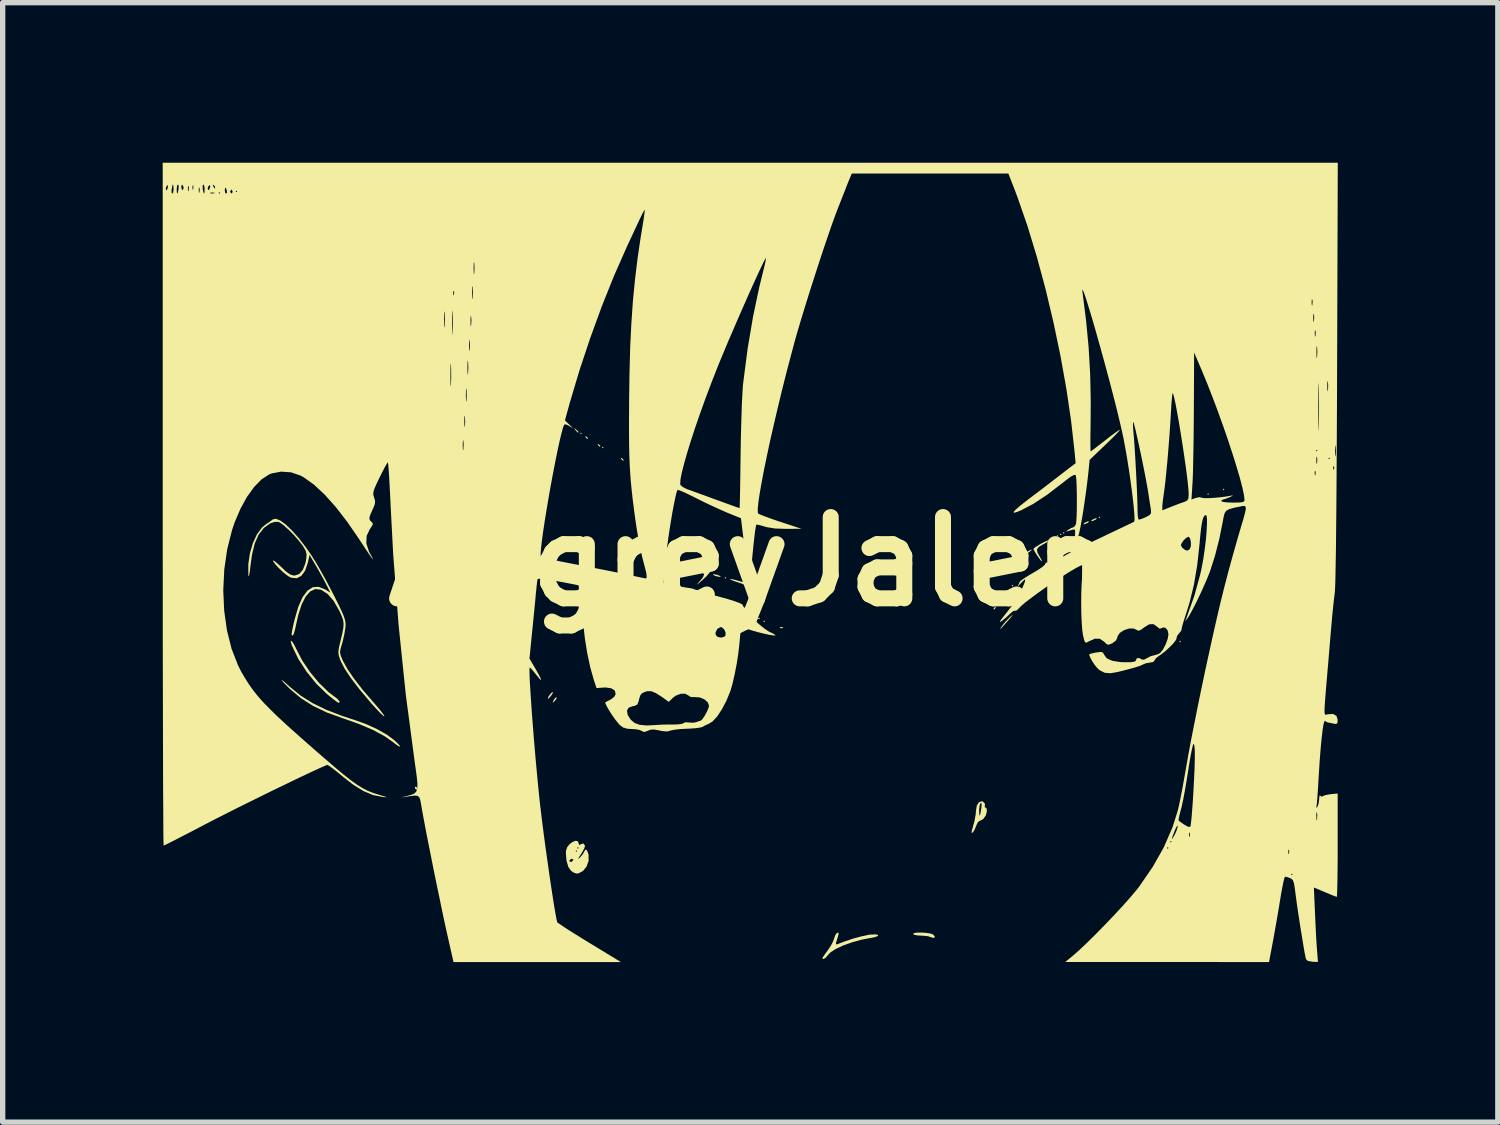
<source format=kicad_pcb>
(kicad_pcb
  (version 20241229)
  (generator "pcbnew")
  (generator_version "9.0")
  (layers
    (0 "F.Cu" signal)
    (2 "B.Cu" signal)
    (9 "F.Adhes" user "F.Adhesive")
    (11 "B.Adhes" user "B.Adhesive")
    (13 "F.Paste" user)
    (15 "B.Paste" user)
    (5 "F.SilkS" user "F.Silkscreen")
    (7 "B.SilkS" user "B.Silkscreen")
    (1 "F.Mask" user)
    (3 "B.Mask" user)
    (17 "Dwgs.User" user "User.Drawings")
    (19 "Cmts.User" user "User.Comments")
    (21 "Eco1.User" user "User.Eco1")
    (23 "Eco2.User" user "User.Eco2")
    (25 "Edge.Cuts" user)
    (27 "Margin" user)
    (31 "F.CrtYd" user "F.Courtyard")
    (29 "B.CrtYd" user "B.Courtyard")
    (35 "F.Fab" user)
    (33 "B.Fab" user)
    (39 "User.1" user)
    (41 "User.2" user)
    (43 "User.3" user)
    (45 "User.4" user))
  (footprint "AngreyJalen"
    (layer "F.Cu")
    (at 10.998 7.477)
    (property "Reference" "AngreyJalen" (at 0 0 0) (layer "F.SilkS") (effects (font (size 1.524 1.524) (thickness 0.3))))
    (attr board_only exclude_from_pos_files exclude_from_bom)
    (fp_poly (pts (xy -3.142 -2.4) (xy -3.157 -2.386) (xy -3.171 -2.4) (xy -3.157 -2.415)) (stroke (width 0) (type solid)) (fill yes) (layer "F.SilkS"))
    (fp_poly (pts (xy -2.735 -2.138) (xy -2.749 -2.124) (xy -2.764 -2.138) (xy -2.749 -2.153)) (stroke (width 0) (type solid)) (fill yes) (layer "F.SilkS"))
    (fp_poly (pts (xy -0.436 0.305) (xy -0.451 0.32) (xy -0.466 0.305) (xy -0.451 0.291)) (stroke (width 0) (type solid)) (fill yes) (layer "F.SilkS"))
    (fp_poly (pts (xy 0.058 0.975) (xy 0.044 0.989) (xy 0.029 0.975) (xy 0.044 0.96)) (stroke (width 0) (type solid)) (fill yes) (layer "F.SilkS"))
    (fp_poly (pts (xy 0.291 1.12) (xy 0.276 1.135) (xy 0.262 1.12) (xy 0.276 1.106)) (stroke (width 0) (type solid)) (fill yes) (layer "F.SilkS"))
    (fp_poly (pts (xy 4.684 0.596) (xy 4.67 0.611) (xy 4.655 0.596) (xy 4.67 0.582)) (stroke (width 0) (type solid)) (fill yes) (layer "F.SilkS"))
    (fp_poly (pts (xy 4.742 0.567) (xy 4.728 0.582) (xy 4.713 0.567) (xy 4.728 0.553)) (stroke (width 0) (type solid)) (fill yes) (layer "F.SilkS"))
    (fp_poly (pts (xy 4.946 0.451) (xy 4.932 0.466) (xy 4.917 0.451) (xy 4.932 0.436)) (stroke (width 0) (type solid)) (fill yes) (layer "F.SilkS"))
    (fp_poly (pts (xy 4.946 0.567) (xy 4.932 0.582) (xy 4.917 0.567) (xy 4.932 0.553)) (stroke (width 0) (type solid)) (fill yes) (layer "F.SilkS"))
    (fp_poly (pts (xy 5.674 -0.422) (xy 5.659 -0.407) (xy 5.644 -0.422) (xy 5.659 -0.436)) (stroke (width 0) (type solid)) (fill yes) (layer "F.SilkS"))
    (fp_poly (pts (xy 5.732 -0.451) (xy 5.717 -0.436) (xy 5.703 -0.451) (xy 5.717 -0.466)) (stroke (width 0) (type solid)) (fill yes) (layer "F.SilkS"))
    (fp_poly (pts (xy 5.79 -0.48) (xy 5.775 -0.466) (xy 5.761 -0.48) (xy 5.775 -0.495)) (stroke (width 0) (type solid)) (fill yes) (layer "F.SilkS"))
    (fp_poly (pts (xy 5.848 -0.509) (xy 5.834 -0.495) (xy 5.819 -0.509) (xy 5.834 -0.524)) (stroke (width 0) (type solid)) (fill yes) (layer "F.SilkS"))
    (fp_poly (pts (xy 5.906 -0.538) (xy 5.892 -0.524) (xy 5.877 -0.538) (xy 5.892 -0.553)) (stroke (width 0) (type solid)) (fill yes) (layer "F.SilkS"))
    (fp_poly (pts (xy 6.575 -0.829) (xy 6.561 -0.815) (xy 6.546 -0.829) (xy 6.561 -0.844)) (stroke (width 0) (type solid)) (fill yes) (layer "F.SilkS"))
    (fp_poly (pts (xy 8.088 1.498) (xy 8.074 1.513) (xy 8.059 1.498) (xy 8.074 1.484)) (stroke (width 0) (type solid)) (fill yes) (layer "F.SilkS"))
    (fp_poly (pts (xy 8.612 -1.266) (xy 8.598 -1.251) (xy 8.583 -1.266) (xy 8.598 -1.28)) (stroke (width 0) (type solid)) (fill yes) (layer "F.SilkS"))
    (fp_poly (pts (xy 8.903 -1.353) (xy 8.889 -1.338) (xy 8.874 -1.353) (xy 8.889 -1.367)) (stroke (width 0) (type solid)) (fill yes) (layer "F.SilkS"))
    (fp_poly (pts (xy 0.048 0.563) (xy 0.052 0.597) (xy 0.048 0.601) (xy 0.031 0.597) (xy 0.029 0.582) (xy 0.04 0.558)) (stroke (width 0) (type solid)) (fill yes) (layer "F.SilkS"))
    (fp_poly (pts (xy 0.194 1.057) (xy 0.19 1.074) (xy 0.175 1.077) (xy 0.151 1.066) (xy 0.155 1.057) (xy 0.19 1.054)) (stroke (width 0) (type solid)) (fill yes) (layer "F.SilkS"))
    (fp_poly (pts (xy 0.632 1.234) (xy 0.624 1.247) (xy 0.594 1.249) (xy 0.563 1.242) (xy 0.576 1.231) (xy 0.622 1.228)) (stroke (width 0) (type solid)) (fill yes) (layer "F.SilkS"))
    (fp_poly (pts (xy -3.619 2.575) (xy -3.649 2.612) (xy -3.685 2.644) (xy -3.686 2.633) (xy -3.667 2.594) (xy -3.636 2.55) (xy -3.614 2.544)) (stroke (width 0) (type solid)) (fill yes) (layer "F.SilkS"))
    (fp_poly (pts (xy -3.059 -2.345) (xy -3.028 -2.318) (xy -3.026 -2.311) (xy -3.04 -2.299) (xy -3.068 -2.326) (xy -3.072 -2.332) (xy -3.076 -2.352)) (stroke (width 0) (type solid)) (fill yes) (layer "F.SilkS"))
    (fp_poly (pts (xy -2.827 -2.199) (xy -2.796 -2.172) (xy -2.793 -2.166) (xy -2.807 -2.154) (xy -2.836 -2.181) (xy -2.84 -2.187) (xy -2.843 -2.207)) (stroke (width 0) (type solid)) (fill yes) (layer "F.SilkS"))
    (fp_poly (pts (xy -2.39 -1.938) (xy -2.359 -1.908) (xy -2.365 -1.891) (xy -2.37 -1.891) (xy -2.394 -1.912) (xy -2.403 -1.925) (xy -2.407 -1.945)) (stroke (width 0) (type solid)) (fill yes) (layer "F.SilkS"))
    (fp_poly (pts (xy -6.228 4.24) (xy -6.226 4.248) (xy -6.236 4.276) (xy -6.239 4.277) (xy -6.264 4.257) (xy -6.27 4.248) (xy -6.268 4.221) (xy -6.257 4.219)) (stroke (width 0) (type solid)) (fill yes) (layer "F.SilkS"))
    (fp_poly (pts (xy -3.272 -2.493) (xy -3.251 -2.477) (xy -3.211 -2.441) (xy -3.2 -2.426) (xy -3.215 -2.417) (xy -3.253 -2.455) (xy -3.262 -2.466) (xy -3.288 -2.5)) (stroke (width 0) (type solid)) (fill yes) (layer "F.SilkS"))
    (fp_poly (pts (xy -0.607 0.248) (xy -0.567 0.262) (xy -0.536 0.281) (xy -0.553 0.287) (xy -0.615 0.276) (xy -0.655 0.262) (xy -0.686 0.243) (xy -0.669 0.237)) (stroke (width 0) (type solid)) (fill yes) (layer "F.SilkS"))
    (fp_poly (pts (xy 4.617 0.863) (xy 4.612 0.873) (xy 4.584 0.901) (xy 4.579 0.902) (xy 4.577 0.883) (xy 4.582 0.873) (xy 4.61 0.845) (xy 4.615 0.844)) (stroke (width 0) (type solid)) (fill yes) (layer "F.SilkS"))
    (fp_poly (pts (xy 6.362 -0.744) (xy 6.343 -0.727) (xy 6.29 -0.703) (xy 6.27 -0.699) (xy 6.265 -0.711) (xy 6.285 -0.727) (xy 6.338 -0.752) (xy 6.357 -0.756)) (stroke (width 0) (type solid)) (fill yes) (layer "F.SilkS"))
    (fp_poly (pts (xy 6.508 -0.802) (xy 6.488 -0.786) (xy 6.435 -0.761) (xy 6.415 -0.757) (xy 6.41 -0.769) (xy 6.43 -0.786) (xy 6.483 -0.81) (xy 6.503 -0.814)) (stroke (width 0) (type solid)) (fill yes) (layer "F.SilkS"))
    (fp_poly (pts (xy -3.691 2.475) (xy -3.726 2.526) (xy -3.727 2.527) (xy -3.765 2.567) (xy -3.781 2.572) (xy -3.781 2.571) (xy -3.766 2.531) (xy -3.733 2.484) (xy -3.699 2.45) (xy -3.683 2.446)) (stroke (width 0) (type solid)) (fill yes) (layer "F.SilkS"))
    (fp_poly (pts (xy 4.875 0.629) (xy 4.835 0.677) (xy 4.801 0.713) (xy 4.741 0.772) (xy 4.698 0.809) (xy 4.687 0.815) (xy 4.697 0.796) (xy 4.738 0.749) (xy 4.772 0.713) (xy 4.832 0.654) (xy 4.874 0.617) (xy 4.885 0.611)) (stroke (width 0) (type solid)) (fill yes) (layer "F.SilkS"))
    (fp_poly (pts (xy 4.936 1.001) (xy 4.901 1.045) (xy 4.861 1.091) (xy 4.773 1.191) (xy 4.719 1.249) (xy 4.698 1.268) (xy 4.707 1.249) (xy 4.735 1.207) (xy 4.797 1.13) (xy 4.875 1.049) (xy 4.892 1.033) (xy 4.933 0.998)) (stroke (width 0) (type solid)) (fill yes) (layer "F.SilkS"))
    (fp_poly (pts (xy 3.303 6.959) (xy 3.383 6.97) (xy 3.439 6.988) (xy 3.447 6.993) (xy 3.476 7.031) (xy 3.462 7.054) (xy 3.416 7.047) (xy 3.403 7.04) (xy 3.349 7.023) (xy 3.264 7.014) (xy 3.224 7.012) (xy 3.139 7.006) (xy 3.082 6.992) (xy 3.07 6.983) (xy 3.082 6.965) (xy 3.136 6.956) (xy 3.215 6.954)) (stroke (width 0) (type solid)) (fill yes) (layer "F.SilkS"))
    (fp_poly (pts (xy -0.73 0.176) (xy -0.753 0.215) (xy -0.808 0.278) (xy -0.883 0.348) (xy -0.954 0.409) (xy -0.985 0.433) (xy -0.977 0.419) (xy -0.938 0.376) (xy -0.871 0.295) (xy -0.849 0.242) (xy -0.872 0.209) (xy -0.933 0.189) (xy -0.99 0.171) (xy -1.009 0.156) (xy -1.009 0.155) (xy -0.974 0.153) (xy -0.907 0.165) (xy -0.893 0.169) (xy -0.805 0.183) (xy -0.759 0.166) (xy -0.734 0.152)) (stroke (width 0) (type solid)) (fill yes) (layer "F.SilkS"))
    (fp_poly (pts (xy 5.295 -0.223) (xy 5.273 -0.201) (xy 5.213 -0.155) (xy 5.127 -0.095) (xy 5.094 -0.072) (xy 4.994 -0.002) (xy 4.907 0.063) (xy 4.85 0.111) (xy 4.842 0.119) (xy 4.793 0.161) (xy 4.755 0.176) (xy 4.742 0.163) (xy 4.764 0.142) (xy 4.822 0.096) (xy 4.904 0.033) (xy 4.997 -0.036) (xy 5.092 -0.104) (xy 5.175 -0.162) (xy 5.215 -0.188) (xy 5.269 -0.219) (xy 5.295 -0.225)) (stroke (width 0) (type solid)) (fill yes) (layer "F.SilkS"))
    (fp_poly (pts (xy 5.608 -0.395) (xy 5.593 -0.376) (xy 5.539 -0.341) (xy 5.502 -0.321) (xy 5.421 -0.273) (xy 5.389 -0.226) (xy 5.402 -0.164) (xy 5.44 -0.095) (xy 5.479 -0.026) (xy 5.484 -0.003) (xy 5.462 -0.022) (xy 5.415 -0.084) (xy 5.398 -0.109) (xy 5.354 -0.178) (xy 5.327 -0.227) (xy 5.324 -0.237) (xy 5.347 -0.261) (xy 5.404 -0.299) (xy 5.476 -0.341) (xy 5.546 -0.377) (xy 5.596 -0.396)) (stroke (width 0) (type solid)) (fill yes) (layer "F.SilkS"))
    (fp_poly (pts (xy -8.571 1.501) (xy -8.536 1.554) (xy -8.497 1.634) (xy -8.495 1.637) (xy -8.382 1.856) (xy -8.234 2.075) (xy -8.065 2.278) (xy -7.888 2.448) (xy -7.796 2.518) (xy -7.72 2.577) (xy -7.683 2.622) (xy -7.688 2.645) (xy -7.703 2.647) (xy -7.734 2.629) (xy -7.797 2.582) (xy -7.882 2.514) (xy -7.923 2.48) (xy -8.118 2.29) (xy -8.3 2.065) (xy -8.456 1.824) (xy -8.572 1.584) (xy -8.581 1.563) (xy -8.599 1.5) (xy -8.594 1.482)) (stroke (width 0) (type solid)) (fill yes) (layer "F.SilkS"))
    (fp_poly (pts (xy -8.728 2.247) (xy -8.65 2.315) (xy -8.604 2.357) (xy -8.411 2.513) (xy -8.191 2.652) (xy -7.935 2.777) (xy -7.635 2.893) (xy -7.405 2.968) (xy -7.189 3.045) (xy -6.981 3.14) (xy -6.797 3.244) (xy -6.663 3.343) (xy -6.596 3.405) (xy -6.554 3.452) (xy -6.546 3.471) (xy -6.575 3.462) (xy -6.631 3.424) (xy -6.677 3.387) (xy -6.839 3.273) (xy -7.051 3.158) (xy -7.309 3.048) (xy -7.604 2.943) (xy -7.611 2.941) (xy -7.919 2.83) (xy -8.18 2.705) (xy -8.407 2.561) (xy -8.61 2.391) (xy -8.635 2.366) (xy -8.722 2.279) (xy -8.765 2.23) (xy -8.767 2.219)) (stroke (width 0) (type solid)) (fill yes) (layer "F.SilkS"))
    (fp_poly (pts (xy 1.672 6.958) (xy 1.67 6.989) (xy 1.652 7.054) (xy 1.644 7.079) (xy 1.622 7.149) (xy 1.622 7.176) (xy 1.646 7.173) (xy 1.654 7.17) (xy 1.799 7.115) (xy 1.959 7.063) (xy 2.113 7.022) (xy 2.238 6.996) (xy 2.258 6.993) (xy 2.359 6.988) (xy 2.41 6.998) (xy 2.408 7.018) (xy 2.351 7.04) (xy 2.277 7.054) (xy 2.096 7.089) (xy 1.917 7.139) (xy 1.753 7.198) (xy 1.615 7.263) (xy 1.515 7.329) (xy 1.474 7.373) (xy 1.43 7.425) (xy 1.39 7.45) (xy 1.368 7.441) (xy 1.367 7.434) (xy 1.384 7.405) (xy 1.426 7.345) (xy 1.467 7.29) (xy 1.527 7.2) (xy 1.572 7.112) (xy 1.585 7.072) (xy 1.611 7) (xy 1.643 6.958)) (stroke (width 0) (type solid)) (fill yes) (layer "F.SilkS"))
    (fp_poly (pts (xy 4.375 4.498) (xy 4.414 4.537) (xy 4.413 4.572) (xy 4.412 4.609) (xy 4.425 4.61) (xy 4.444 4.623) (xy 4.452 4.676) (xy 4.452 4.678) (xy 4.432 4.757) (xy 4.385 4.824) (xy 4.325 4.858) (xy 4.313 4.859) (xy 4.284 4.884) (xy 4.253 4.945) (xy 4.248 4.96) (xy 4.22 5.028) (xy 4.191 5.073) (xy 4.17 5.089) (xy 4.164 5.067) (xy 4.173 5.031) (xy 4.219 4.863) (xy 4.242 4.736) (xy 4.247 4.668) (xy 4.248 4.662) (xy 4.306 4.662) (xy 4.309 4.742) (xy 4.316 4.764) (xy 4.329 4.729) (xy 4.345 4.637) (xy 4.346 4.631) (xy 4.354 4.55) (xy 4.343 4.522) (xy 4.336 4.524) (xy 4.317 4.562) (xy 4.307 4.635) (xy 4.306 4.662) (xy 4.248 4.662) (xy 4.263 4.573) (xy 4.302 4.511) (xy 4.357 4.493)) (stroke (width 0) (type solid)) (fill yes) (layer "F.SilkS"))
    (fp_poly (pts (xy -3.216 5.243) (xy -3.2 5.284) (xy -3.191 5.315) (xy -3.161 5.299) (xy -3.114 5.283) (xy -3.086 5.317) (xy -3.084 5.34) (xy -3.099 5.383) (xy -3.138 5.453) (xy -3.16 5.488) (xy -3.201 5.551) (xy -3.209 5.571) (xy -3.185 5.554) (xy -3.176 5.546) (xy -3.123 5.485) (xy -3.097 5.437) (xy -3.073 5.397) (xy -3.046 5.411) (xy -3.021 5.475) (xy -3.015 5.5) (xy -3.015 5.612) (xy -3.053 5.717) (xy -3.119 5.799) (xy -3.203 5.844) (xy -3.239 5.848) (xy -3.292 5.831) (xy -3.343 5.797) (xy -3.395 5.723) (xy -3.426 5.616) (xy -3.375 5.616) (xy -3.354 5.631) (xy -3.332 5.626) (xy -3.302 5.598) (xy -3.304 5.583) (xy -3.336 5.57) (xy -3.368 5.593) (xy -3.375 5.616) (xy -3.426 5.616) (xy -3.429 5.607) (xy -3.44 5.467) (xy -3.438 5.426) (xy -3.259 5.426) (xy -3.244 5.441) (xy -3.23 5.426) (xy -3.244 5.412) (xy -3.259 5.426) (xy -3.438 5.426) (xy -3.438 5.419) (xy -3.421 5.368) (xy -3.23 5.368) (xy -3.215 5.383) (xy -3.2 5.368) (xy -3.215 5.353) (xy -3.23 5.368) (xy -3.421 5.368) (xy -3.417 5.354) (xy -3.371 5.297) (xy -3.314 5.255) (xy -3.258 5.234)) (stroke (width 0) (type solid)) (fill yes) (layer "F.SilkS"))
    (fp_poly (pts (xy -8.795 -0.77) (xy -8.693 -0.696) (xy -8.576 -0.584) (xy -8.448 -0.44) (xy -8.314 -0.267) (xy -8.204 -0.108) (xy -8.129 0.012) (xy -8.038 0.169) (xy -7.94 0.346) (xy -7.844 0.527) (xy -7.793 0.626) (xy -7.709 0.793) (xy -7.649 0.919) (xy -7.608 1.012) (xy -7.584 1.082) (xy -7.572 1.138) (xy -7.57 1.191) (xy -7.574 1.241) (xy -7.593 1.36) (xy -7.623 1.493) (xy -7.639 1.55) (xy -7.666 1.64) (xy -7.674 1.703) (xy -7.661 1.763) (xy -7.626 1.846) (xy -7.617 1.865) (xy -7.535 2.015) (xy -7.412 2.194) (xy -7.255 2.397) (xy -7.067 2.616) (xy -7.034 2.654) (xy -6.951 2.749) (xy -6.887 2.829) (xy -6.848 2.885) (xy -6.842 2.903) (xy -6.863 2.892) (xy -6.915 2.844) (xy -6.99 2.765) (xy -7.082 2.664) (xy -7.111 2.63) (xy -7.313 2.39) (xy -7.47 2.184) (xy -7.586 2.01) (xy -7.661 1.866) (xy -7.671 1.841) (xy -7.696 1.767) (xy -7.705 1.706) (xy -7.699 1.637) (xy -7.677 1.536) (xy -7.672 1.518) (xy -7.635 1.364) (xy -7.613 1.252) (xy -7.607 1.167) (xy -7.617 1.093) (xy -7.644 1.017) (xy -7.687 0.924) (xy -7.691 0.916) (xy -7.795 0.735) (xy -7.905 0.608) (xy -8.025 0.531) (xy -8.039 0.526) (xy -8.14 0.515) (xy -8.234 0.56) (xy -8.32 0.658) (xy -8.395 0.807) (xy -8.458 1.004) (xy -8.495 1.171) (xy -8.517 1.272) (xy -8.539 1.349) (xy -8.557 1.384) (xy -8.557 1.384) (xy -8.575 1.387) (xy -8.581 1.361) (xy -8.573 1.299) (xy -8.551 1.194) (xy -8.525 1.084) (xy -8.456 0.847) (xy -8.377 0.669) (xy -8.287 0.547) (xy -8.187 0.481) (xy -8.076 0.473) (xy -7.953 0.522) (xy -7.95 0.524) (xy -7.855 0.582) (xy -7.932 0.429) (xy -7.986 0.325) (xy -8.056 0.199) (xy -8.126 0.077) (xy -8.127 0.076) (xy -8.245 -0.125) (xy -8.279 0.026) (xy -8.329 0.171) (xy -8.399 0.267) (xy -8.485 0.312) (xy -8.586 0.303) (xy -8.621 0.288) (xy -8.683 0.246) (xy -8.758 0.183) (xy -8.833 0.111) (xy -8.894 0.043) (xy -8.929 -0.007) (xy -8.932 -0.019) (xy -8.914 -0.017) (xy -8.865 0.02) (xy -8.795 0.083) (xy -8.774 0.104) (xy -8.681 0.191) (xy -8.61 0.241) (xy -8.55 0.26) (xy -8.526 0.262) (xy -8.44 0.234) (xy -8.371 0.155) (xy -8.323 0.029) (xy -8.308 -0.046) (xy -8.301 -0.132) (xy -8.316 -0.2) (xy -8.361 -0.278) (xy -8.374 -0.298) (xy -8.451 -0.397) (xy -8.543 -0.502) (xy -8.641 -0.6) (xy -8.731 -0.681) (xy -8.804 -0.733) (xy -8.832 -0.745) (xy -8.904 -0.743) (xy -8.98 -0.718) (xy -9.102 -0.631) (xy -9.199 -0.507) (xy -9.272 -0.342) (xy -9.324 -0.13) (xy -9.35 0.054) (xy -9.365 0.184) (xy -9.378 0.259) (xy -9.387 0.278) (xy -9.393 0.249) (xy -9.393 0.046) (xy -9.363 -0.156) (xy -9.308 -0.345) (xy -9.232 -0.51) (xy -9.139 -0.636) (xy -9.075 -0.691) (xy -9.001 -0.741) (xy -8.944 -0.783) (xy -8.936 -0.79) (xy -8.878 -0.803)) (stroke (width 0) (type solid)) (fill yes) (layer "F.SilkS"))
    (fp_poly (pts (xy 11.016 -3.557) (xy 11.014 -2.953) (xy 11.011 -2.391) (xy 11.008 -1.873) (xy 11.005 -1.4) (xy 11.002 -0.973) (xy 10.998 -0.595) (xy 10.995 -0.266) (xy 10.99 0.012) (xy 10.986 0.237) (xy 10.982 0.409) (xy 10.977 0.525) (xy 10.973 0.582) (xy 10.958 0.701) (xy 10.941 0.857) (xy 10.924 1.027) (xy 10.912 1.164) (xy 10.898 1.326) (xy 10.881 1.525) (xy 10.863 1.739) (xy 10.846 1.947) (xy 10.839 2.022) (xy 10.818 2.268) (xy 10.802 2.463) (xy 10.79 2.611) (xy 10.783 2.719) (xy 10.78 2.794) (xy 10.782 2.84) (xy 10.789 2.864) (xy 10.8 2.872) (xy 10.815 2.87) (xy 10.835 2.864) (xy 10.839 2.863) (xy 10.938 2.856) (xy 11.003 2.891) (xy 11.027 2.965) (xy 11.027 2.97) (xy 11.022 3.029) (xy 10.994 3.045) (xy 10.947 3.037) (xy 10.878 3.022) (xy 10.838 3.015) (xy 10.794 2.991) (xy 10.79 2.986) (xy 10.776 2.996) (xy 10.76 3.059) (xy 10.743 3.169) (xy 10.725 3.322) (xy 10.707 3.512) (xy 10.69 3.733) (xy 10.674 3.98) (xy 10.663 4.161) (xy 10.655 4.301) (xy 10.646 4.427) (xy 10.638 4.522) (xy 10.632 4.568) (xy 10.626 4.614) (xy 10.639 4.608) (xy 10.647 4.597) (xy 10.669 4.539) (xy 10.68 4.457) (xy 10.68 4.452) (xy 10.685 4.395) (xy 10.695 4.382) (xy 10.698 4.387) (xy 10.726 4.408) (xy 10.746 4.398) (xy 10.795 4.378) (xy 10.875 4.363) (xy 10.903 4.359) (xy 11.027 4.348) (xy 11.027 5.316) (xy 11.027 5.547) (xy 11.025 5.758) (xy 11.023 5.943) (xy 11.02 6.094) (xy 11.017 6.206) (xy 11.014 6.271) (xy 11.011 6.285) (xy 10.978 6.274) (xy 10.906 6.246) (xy 10.81 6.206) (xy 10.788 6.197) (xy 10.581 6.109) (xy 10.601 6.568) (xy 10.609 6.749) (xy 10.618 6.932) (xy 10.627 7.099) (xy 10.636 7.232) (xy 10.639 7.266) (xy 10.657 7.505) (xy 10.552 7.501) (xy 10.466 7.485) (xy 10.432 7.451) (xy 10.42 7.397) (xy 10.401 7.296) (xy 10.378 7.16) (xy 10.352 7) (xy 10.324 6.827) (xy 10.297 6.652) (xy 10.272 6.486) (xy 10.252 6.342) (xy 10.239 6.246) (xy 10.222 6.114) (xy 10.207 6.028) (xy 10.189 5.977) (xy 10.165 5.949) (xy 10.134 5.933) (xy 10.072 5.913) (xy 10.04 5.906) (xy 10.028 5.933) (xy 10.009 6.008) (xy 9.987 6.119) (xy 9.962 6.257) (xy 9.954 6.306) (xy 9.922 6.502) (xy 9.884 6.725) (xy 9.845 6.946) (xy 9.816 7.106) (xy 9.74 7.507) (xy 7.831 7.506) (xy 5.921 7.506) (xy 6.066 7.386) (xy 6.183 7.283) (xy 6.327 7.147) (xy 6.489 6.987) (xy 6.66 6.813) (xy 6.831 6.634) (xy 6.992 6.46) (xy 7.134 6.301) (xy 7.248 6.166) (xy 7.3 6.101) (xy 7.464 5.863) (xy 10.154 5.863) (xy 10.169 5.877) (xy 10.183 5.863) (xy 10.169 5.848) (xy 10.154 5.863) (xy 7.464 5.863) (xy 7.561 5.722) (xy 7.72 5.441) (xy 10.101 5.441) (xy 10.105 5.482) (xy 10.115 5.477) (xy 10.119 5.418) (xy 10.115 5.404) (xy 10.105 5.401) (xy 10.101 5.441) (xy 7.72 5.441) (xy 7.761 5.368) (xy 7.827 5.368) (xy 7.841 5.383) (xy 7.856 5.368) (xy 7.841 5.353) (xy 7.827 5.368) (xy 7.761 5.368) (xy 7.769 5.353) (xy 7.813 5.252) (xy 7.885 5.252) (xy 7.899 5.266) (xy 7.914 5.252) (xy 7.899 5.237) (xy 7.885 5.252) (xy 7.813 5.252) (xy 7.836 5.199) (xy 7.918 5.199) (xy 7.927 5.196) (xy 7.96 5.142) (xy 7.972 5.121) (xy 8.239 5.121) (xy 8.243 5.162) (xy 8.253 5.157) (xy 8.257 5.098) (xy 8.253 5.084) (xy 8.243 5.081) (xy 8.239 5.121) (xy 7.972 5.121) (xy 8.008 5.04) (xy 8.027 4.971) (xy 8.028 4.961) (xy 8.019 4.952) (xy 7.996 4.99) (xy 7.971 5.048) (xy 7.932 5.15) (xy 7.918 5.199) (xy 7.836 5.199) (xy 7.929 4.986) (xy 7.971 4.854) (xy 8.045 4.854) (xy 8.045 4.855) (xy 8.074 4.877) (xy 8.133 4.918) (xy 8.153 4.932) (xy 8.225 4.972) (xy 8.263 4.97) (xy 8.267 4.965) (xy 8.274 4.926) (xy 8.284 4.84) (xy 8.29 4.772) (xy 10.628 4.772) (xy 10.63 4.835) (xy 10.636 4.852) (xy 10.64 4.837) (xy 10.645 4.752) (xy 10.64 4.706) (xy 10.633 4.692) (xy 10.628 4.729) (xy 10.628 4.772) (xy 8.29 4.772) (xy 8.295 4.714) (xy 8.307 4.56) (xy 8.318 4.393) (xy 8.334 4.098) (xy 8.345 3.854) (xy 8.349 3.663) (xy 8.348 3.526) (xy 8.34 3.444) (xy 8.327 3.418) (xy 8.322 3.42) (xy 8.309 3.457) (xy 8.29 3.542) (xy 8.266 3.664) (xy 8.241 3.813) (xy 8.221 3.943) (xy 8.192 4.124) (xy 8.161 4.303) (xy 8.131 4.462) (xy 8.104 4.588) (xy 8.09 4.641) (xy 8.064 4.741) (xy 8.048 4.817) (xy 8.045 4.854) (xy 7.971 4.854) (xy 8.029 4.67) (xy 8.054 4.563) (xy 8.085 4.414) (xy 8.119 4.237) (xy 8.153 4.046) (xy 8.179 3.899) (xy 8.22 3.664) (xy 8.272 3.382) (xy 8.334 3.065) (xy 8.403 2.721) (xy 8.477 2.361) (xy 8.554 1.995) (xy 8.633 1.634) (xy 8.71 1.286) (xy 8.784 0.963) (xy 8.833 0.756) (xy 8.902 0.479) (xy 8.983 0.168) (xy 9.072 -0.155) (xy 9.161 -0.468) (xy 9.211 -0.637) (xy 9.259 -0.798) (xy 9.29 -0.912) (xy 9.305 -0.985) (xy 9.302 -1.026) (xy 9.284 -1.042) (xy 9.249 -1.042) (xy 9.217 -1.036) (xy 9.083 -1.008) (xy 8.993 -0.983) (xy 8.939 -0.953) (xy 8.908 -0.907) (xy 8.889 -0.838) (xy 8.876 -0.763) (xy 8.81 -0.433) (xy 8.729 -0.115) (xy 8.639 0.168) (xy 8.637 0.175) (xy 8.588 0.299) (xy 8.525 0.446) (xy 8.453 0.604) (xy 8.379 0.758) (xy 8.309 0.895) (xy 8.25 1.003) (xy 8.212 1.062) (xy 8.169 1.12) (xy 8.191 1.062) (xy 8.342 0.636) (xy 8.452 0.235) (xy 8.48 0.104) (xy 8.511 -0.066) (xy 8.536 -0.241) (xy 8.557 -0.411) (xy 8.57 -0.568) (xy 8.577 -0.702) (xy 8.577 -0.803) (xy 8.568 -0.861) (xy 8.557 -0.873) (xy 8.529 -0.86) (xy 8.505 -0.818) (xy 8.485 -0.74) (xy 8.466 -0.621) (xy 8.448 -0.452) (xy 8.438 -0.335) (xy 8.394 0.069) (xy 8.333 0.43) (xy 8.252 0.763) (xy 8.191 0.959) (xy 8.151 1.082) (xy 8.12 1.183) (xy 8.103 1.251) (xy 8.101 1.273) (xy 8.092 1.3) (xy 8.055 1.343) (xy 8.016 1.395) (xy 8.008 1.433) (xy 7.995 1.47) (xy 7.947 1.532) (xy 7.877 1.605) (xy 7.796 1.679) (xy 7.716 1.742) (xy 7.681 1.765) (xy 7.622 1.809) (xy 7.594 1.85) (xy 7.594 1.854) (xy 7.569 1.882) (xy 7.519 1.891) (xy 7.434 1.906) (xy 7.381 1.927) (xy 7.332 1.95) (xy 7.259 1.975) (xy 7.152 2.006) (xy 7.001 2.045) (xy 6.91 2.068) (xy 6.768 2.093) (xy 6.659 2.084) (xy 6.568 2.038) (xy 6.531 2.007) (xy 6.482 1.95) (xy 6.432 1.877) (xy 6.392 1.806) (xy 6.371 1.753) (xy 6.373 1.736) (xy 6.408 1.724) (xy 6.478 1.708) (xy 6.507 1.703) (xy 6.586 1.694) (xy 6.626 1.705) (xy 6.646 1.74) (xy 6.648 1.744) (xy 6.698 1.813) (xy 6.798 1.859) (xy 6.949 1.883) (xy 7.034 1.887) (xy 7.147 1.886) (xy 7.212 1.878) (xy 7.241 1.862) (xy 7.245 1.847) (xy 7.265 1.81) (xy 7.311 1.809) (xy 7.349 1.833) (xy 7.396 1.84) (xy 7.448 1.813) (xy 7.524 1.773) (xy 7.587 1.757) (xy 7.662 1.735) (xy 7.702 1.711) (xy 7.753 1.647) (xy 7.803 1.551) (xy 7.841 1.447) (xy 7.855 1.364) (xy 7.839 1.289) (xy 7.8 1.242) (xy 7.751 1.235) (xy 7.73 1.246) (xy 7.69 1.259) (xy 7.644 1.221) (xy 7.643 1.221) (xy 7.574 1.172) (xy 7.493 1.176) (xy 7.397 1.235) (xy 7.391 1.241) (xy 7.324 1.288) (xy 7.281 1.295) (xy 7.266 1.284) (xy 7.199 1.253) (xy 7.111 1.256) (xy 7.019 1.287) (xy 6.943 1.337) (xy 6.9 1.401) (xy 6.896 1.427) (xy 6.87 1.48) (xy 6.806 1.529) (xy 6.743 1.557) (xy 6.702 1.552) (xy 6.655 1.508) (xy 6.647 1.5) (xy 6.569 1.447) (xy 6.476 1.445) (xy 6.363 1.495) (xy 6.352 1.501) (xy 6.316 1.52) (xy 6.293 1.513) (xy 6.275 1.471) (xy 6.254 1.382) (xy 6.252 1.374) (xy 6.238 1.273) (xy 6.228 1.128) (xy 6.221 0.955) (xy 6.219 0.768) (xy 6.221 0.583) (xy 6.228 0.413) (xy 6.238 0.274) (xy 6.249 0.196) (xy 6.262 0.117) (xy 6.265 0.067) (xy 6.261 0.058) (xy 6.211 0.075) (xy 6.123 0.12) (xy 6.006 0.189) (xy 5.868 0.276) (xy 5.718 0.374) (xy 5.564 0.478) (xy 5.416 0.582) (xy 5.282 0.681) (xy 5.17 0.767) (xy 5.089 0.836) (xy 5.051 0.877) (xy 5.01 0.916) (xy 4.982 0.921) (xy 4.946 0.928) (xy 4.894 0.969) (xy 4.885 0.978) (xy 4.809 1.05) (xy 4.728 1.115) (xy 4.695 1.134) (xy 4.696 1.12) (xy 4.732 1.069) (xy 4.805 0.978) (xy 4.806 0.977) (xy 4.922 0.826) (xy 5.025 0.667) (xy 5.107 0.518) (xy 5.159 0.392) (xy 5.163 0.378) (xy 5.171 0.339) (xy 5.16 0.336) (xy 5.122 0.371) (xy 5.086 0.409) (xy 5.039 0.458) (xy 5.02 0.475) (xy 5.026 0.465) (xy 5.056 0.411) (xy 5.063 0.386) (xy 5.086 0.359) (xy 5.15 0.313) (xy 5.244 0.254) (xy 5.311 0.215) (xy 5.415 0.153) (xy 5.495 0.098) (xy 5.54 0.057) (xy 5.546 0.042) (xy 5.558 0.019) (xy 5.596 0.02) (xy 5.652 0.011) (xy 5.742 -0.023) (xy 5.85 -0.076) (xy 5.866 -0.086) (xy 6.074 -0.202) (xy 6.081 -0.266) (xy 6.119 -0.266) (xy 6.122 -0.241) (xy 6.134 -0.237) (xy 6.145 -0.241) (xy 6.182 -0.258) (xy 6.263 -0.296) (xy 6.287 -0.307) (xy 8.088 -0.307) (xy 8.112 -0.261) (xy 8.163 -0.22) (xy 8.209 -0.205) (xy 8.24 -0.223) (xy 8.26 -0.243) (xy 8.275 -0.291) (xy 8.275 -0.36) (xy 8.262 -0.425) (xy 8.239 -0.463) (xy 8.23 -0.466) (xy 8.186 -0.444) (xy 8.135 -0.393) (xy 8.097 -0.336) (xy 8.088 -0.307) (xy 6.287 -0.307) (xy 6.379 -0.35) (xy 6.521 -0.417) (xy 6.68 -0.493) (xy 6.692 -0.499) (xy 6.85 -0.574) (xy 6.989 -0.64) (xy 7.102 -0.694) (xy 7.179 -0.731) (xy 7.212 -0.748) (xy 7.213 -0.748) (xy 7.219 -0.783) (xy 7.217 -0.867) (xy 7.207 -0.991) (xy 7.191 -1.148) (xy 7.169 -1.329) (xy 7.142 -1.526) (xy 7.112 -1.731) (xy 7.08 -1.934) (xy 7.046 -2.129) (xy 7.013 -2.306) (xy 6.996 -2.386) (xy 6.962 -2.537) (xy 7.19 -2.537) (xy 7.197 -2.444) (xy 7.197 -2.444) (xy 7.208 -2.316) (xy 7.22 -2.151) (xy 7.232 -1.961) (xy 7.243 -1.758) (xy 7.254 -1.553) (xy 7.263 -1.36) (xy 7.27 -1.189) (xy 7.274 -1.053) (xy 7.275 -0.967) (xy 7.278 -0.869) (xy 7.288 -0.805) (xy 7.301 -0.786) (xy 7.344 -0.797) (xy 7.415 -0.826) (xy 7.436 -0.836) (xy 7.503 -0.873) (xy 7.529 -0.91) (xy 7.527 -0.961) (xy 7.739 -0.961) (xy 7.892 -1.022) (xy 7.997 -1.063) (xy 8.097 -1.1) (xy 8.139 -1.114) (xy 8.2 -1.139) (xy 8.217 -1.163) (xy 8.286 -1.163) (xy 8.365 -1.193) (xy 8.438 -1.208) (xy 8.477 -1.197) (xy 8.52 -1.189) (xy 8.605 -1.189) (xy 8.717 -1.195) (xy 8.841 -1.207) (xy 8.963 -1.224) (xy 9.019 -1.234) (xy 9.061 -1.241) (xy 9.054 -1.232) (xy 9.005 -1.208) (xy 8.934 -1.179) (xy 8.882 -1.165) (xy 8.881 -1.165) (xy 8.847 -1.145) (xy 8.845 -1.135) (xy 8.872 -1.12) (xy 8.945 -1.11) (xy 9.053 -1.106) (xy 9.063 -1.106) (xy 9.176 -1.107) (xy 9.242 -1.114) (xy 9.273 -1.129) (xy 9.281 -1.155) (xy 9.281 -1.157) (xy 9.27 -1.25) (xy 9.24 -1.391) (xy 9.193 -1.571) (xy 9.167 -1.658) (xy 10.595 -1.658) (xy 10.6 -1.617) (xy 10.61 -1.622) (xy 10.614 -1.682) (xy 10.61 -1.695) (xy 10.599 -1.698) (xy 10.595 -1.658) (xy 9.167 -1.658) (xy 9.136 -1.763) (xy 10.942 -1.763) (xy 10.947 -1.725) (xy 10.957 -1.724) (xy 10.964 -1.763) (xy 10.96 -1.78) (xy 10.947 -1.791) (xy 10.942 -1.763) (xy 9.136 -1.763) (xy 9.13 -1.783) (xy 9.092 -1.906) (xy 10.627 -1.906) (xy 10.629 -1.846) (xy 10.636 -1.83) (xy 10.64 -1.84) (xy 10.645 -1.91) (xy 10.643 -1.935) (xy 10.852 -1.935) (xy 10.867 -1.92) (xy 10.882 -1.935) (xy 10.867 -1.949) (xy 10.852 -1.935) (xy 10.643 -1.935) (xy 10.64 -1.956) (xy 10.633 -1.972) (xy 10.628 -1.937) (xy 10.627 -1.906) (xy 9.092 -1.906) (xy 9.056 -2.021) (xy 9.036 -2.08) (xy 10.62 -2.08) (xy 10.634 -2.066) (xy 10.649 -2.08) (xy 10.978 -2.08) (xy 10.979 -2.003) (xy 10.984 -1.969) (xy 10.99 -1.985) (xy 10.995 -2.074) (xy 10.99 -2.16) (xy 10.984 -2.184) (xy 10.98 -2.156) (xy 10.978 -2.082) (xy 10.978 -2.08) (xy 10.649 -2.08) (xy 10.634 -2.095) (xy 10.62 -2.08) (xy 9.036 -2.08) (xy 8.971 -2.278) (xy 8.879 -2.545) (xy 8.781 -2.816) (xy 8.752 -2.895) (xy 10.661 -2.895) (xy 10.662 -2.719) (xy 10.663 -2.585) (xy 10.664 -2.495) (xy 10.666 -2.453) (xy 10.668 -2.463) (xy 10.67 -2.528) (xy 10.671 -2.54) (xy 10.674 -2.729) (xy 10.674 -2.94) (xy 10.673 -3.145) (xy 10.671 -3.268) (xy 10.67 -3.288) (xy 10.832 -3.288) (xy 10.834 -3.216) (xy 10.839 -3.189) (xy 10.844 -3.208) (xy 10.849 -3.302) (xy 10.844 -3.368) (xy 10.838 -3.386) (xy 10.833 -3.353) (xy 10.832 -3.288) (xy 10.67 -3.288) (xy 10.668 -3.335) (xy 10.666 -3.347) (xy 10.664 -3.308) (xy 10.663 -3.221) (xy 10.662 -3.09) (xy 10.661 -2.918) (xy 10.661 -2.895) (xy 8.752 -2.895) (xy 8.68 -3.085) (xy 8.579 -3.343) (xy 8.48 -3.583) (xy 8.462 -3.625) (xy 8.336 -3.919) (xy 8.331 -2.854) (xy 8.329 -2.595) (xy 8.327 -2.34) (xy 8.323 -2.1) (xy 8.319 -1.882) (xy 8.315 -1.697) (xy 8.31 -1.554) (xy 8.306 -1.476) (xy 8.286 -1.163) (xy 8.217 -1.163) (xy 8.227 -1.176) (xy 8.234 -1.245) (xy 8.234 -1.267) (xy 8.229 -1.353) (xy 8.217 -1.48) (xy 8.198 -1.639) (xy 8.173 -1.823) (xy 8.144 -2.023) (xy 8.113 -2.229) (xy 8.08 -2.434) (xy 8.048 -2.629) (xy 8.016 -2.806) (xy 7.988 -2.956) (xy 7.963 -3.071) (xy 7.944 -3.142) (xy 7.935 -3.16) (xy 7.928 -3.138) (xy 7.92 -3.068) (xy 7.911 -2.961) (xy 7.903 -2.825) (xy 7.901 -2.787) (xy 7.889 -2.591) (xy 7.874 -2.37) (xy 7.856 -2.139) (xy 7.837 -1.908) (xy 7.816 -1.691) (xy 7.797 -1.499) (xy 7.778 -1.344) (xy 7.767 -1.266) (xy 7.752 -1.16) (xy 7.742 -1.069) (xy 7.74 -1.026) (xy 7.739 -0.961) (xy 7.527 -0.961) (xy 7.526 -0.971) (xy 7.524 -0.989) (xy 7.51 -1.073) (xy 7.492 -1.187) (xy 7.478 -1.284) (xy 7.461 -1.384) (xy 7.437 -1.516) (xy 7.407 -1.673) (xy 7.373 -1.843) (xy 7.337 -2.017) (xy 7.301 -2.185) (xy 7.267 -2.339) (xy 7.238 -2.467) (xy 7.214 -2.561) (xy 7.2 -2.611) (xy 7.197 -2.616) (xy 7.19 -2.599) (xy 7.19 -2.537) (xy 6.962 -2.537) (xy 6.96 -2.548) (xy 6.915 -2.736) (xy 6.864 -2.943) (xy 6.807 -3.165) (xy 6.746 -3.397) (xy 6.683 -3.632) (xy 6.619 -3.867) (xy 6.602 -3.928) (xy 10.629 -3.928) (xy 10.631 -3.848) (xy 10.634 -3.812) (xy 10.64 -3.828) (xy 10.641 -3.833) (xy 10.646 -3.935) (xy 10.641 -4.022) (xy 10.635 -4.044) (xy 10.631 -4.015) (xy 10.629 -3.94) (xy 10.629 -3.928) (xy 6.602 -3.928) (xy 6.555 -4.096) (xy 6.504 -4.277) (xy 10.597 -4.277) (xy 10.6 -4.224) (xy 10.608 -4.218) (xy 10.611 -4.226) (xy 10.615 -4.3) (xy 10.611 -4.328) (xy 10.602 -4.337) (xy 10.598 -4.297) (xy 10.597 -4.277) (xy 6.504 -4.277) (xy 6.494 -4.314) (xy 6.436 -4.515) (xy 6.42 -4.568) (xy 10.569 -4.568) (xy 10.572 -4.505) (xy 10.578 -4.488) (xy 10.582 -4.502) (xy 10.587 -4.587) (xy 10.582 -4.633) (xy 10.575 -4.647) (xy 10.57 -4.611) (xy 10.569 -4.568) (xy 6.42 -4.568) (xy 6.382 -4.695) (xy 6.335 -4.848) (xy 6.332 -4.859) (xy 10.539 -4.859) (xy 10.542 -4.806) (xy 10.55 -4.8) (xy 10.552 -4.808) (xy 10.557 -4.882) (xy 10.552 -4.91) (xy 10.544 -4.919) (xy 10.539 -4.879) (xy 10.539 -4.859) (xy 6.332 -4.859) (xy 6.296 -4.969) (xy 6.266 -5.054) (xy 6.247 -5.096) (xy 6.24 -5.091) (xy 6.243 -5.053) (xy 6.311 -4.516) (xy 6.359 -4.012) (xy 6.387 -3.519) (xy 6.398 -3.017) (xy 6.396 -2.684) (xy 6.394 -2.501) (xy 6.392 -2.34) (xy 6.392 -2.209) (xy 6.393 -2.116) (xy 6.395 -2.069) (xy 6.396 -2.066) (xy 6.422 -2.083) (xy 6.483 -2.129) (xy 6.571 -2.196) (xy 6.665 -2.269) (xy 6.77 -2.351) (xy 6.858 -2.416) (xy 6.921 -2.459) (xy 6.946 -2.472) (xy 6.934 -2.453) (xy 6.887 -2.401) (xy 6.811 -2.324) (xy 6.713 -2.228) (xy 6.672 -2.189) (xy 6.377 -1.906) (xy 6.357 -1.702) (xy 6.34 -1.545) (xy 6.317 -1.362) (xy 6.29 -1.168) (xy 6.262 -0.977) (xy 6.233 -0.801) (xy 6.207 -0.656) (xy 6.185 -0.554) (xy 6.185 -0.553) (xy 6.15 -0.413) (xy 6.129 -0.32) (xy 6.119 -0.266) (xy 6.081 -0.266) (xy 6.094 -0.394) (xy 6.103 -0.494) (xy 6.106 -0.568) (xy 6.102 -0.6) (xy 6.069 -0.6) (xy 6.006 -0.583) (xy 6.005 -0.583) (xy 5.95 -0.564) (xy 5.945 -0.57) (xy 5.977 -0.596) (xy 6.035 -0.631) (xy 6.068 -0.64) (xy 6.102 -0.665) (xy 6.121 -0.706) (xy 6.128 -0.763) (xy 6.134 -0.862) (xy 6.137 -0.989) (xy 6.138 -1.131) (xy 6.137 -1.276) (xy 6.134 -1.41) (xy 6.129 -1.522) (xy 6.122 -1.597) (xy 6.116 -1.621) (xy 6.087 -1.625) (xy 6.026 -1.593) (xy 5.929 -1.521) (xy 5.876 -1.479) (xy 5.586 -1.256) (xy 5.324 -1.083) (xy 5.091 -0.961) (xy 5.018 -0.931) (xy 4.961 -0.915) (xy 4.951 -0.929) (xy 4.99 -0.973) (xy 5.077 -1.048) (xy 5.213 -1.155) (xy 5.23 -1.168) (xy 5.374 -1.277) (xy 5.541 -1.404) (xy 5.707 -1.531) (xy 5.814 -1.614) (xy 6.115 -1.845) (xy 6.096 -2.05) (xy 6.031 -2.631) (xy 5.941 -3.241) (xy 5.829 -3.866) (xy 5.697 -4.495) (xy 5.549 -5.117) (xy 5.386 -5.72) (xy 5.212 -6.292) (xy 5.028 -6.822) (xy 4.97 -6.976) (xy 4.854 -7.274) (xy 1.919 -7.274) (xy 1.879 -7.179) (xy 1.841 -7.087) (xy 1.801 -6.984) (xy 1.795 -6.968) (xy 1.762 -6.885) (xy 1.717 -6.77) (xy 1.668 -6.646) (xy 1.659 -6.624) (xy 1.607 -6.487) (xy 1.541 -6.304) (xy 1.465 -6.083) (xy 1.381 -5.835) (xy 1.293 -5.568) (xy 1.204 -5.292) (xy 1.116 -5.017) (xy 1.033 -4.75) (xy 0.958 -4.503) (xy 0.893 -4.284) (xy 0.858 -4.161) (xy 0.773 -3.844) (xy 0.688 -3.52) (xy 0.606 -3.193) (xy 0.528 -2.869) (xy 0.454 -2.553) (xy 0.385 -2.25) (xy 0.324 -1.964) (xy 0.27 -1.702) (xy 0.226 -1.468) (xy 0.191 -1.268) (xy 0.167 -1.105) (xy 0.156 -0.986) (xy 0.158 -0.916) (xy 0.164 -0.9) (xy 0.201 -0.882) (xy 0.282 -0.85) (xy 0.396 -0.808) (xy 0.534 -0.76) (xy 0.583 -0.744) (xy 0.975 -0.615) (xy 0.696 -0.613) (xy 0.483 -0.62) (xy 0.321 -0.646) (xy 0.28 -0.658) (xy 0.198 -0.682) (xy 0.142 -0.693) (xy 0.128 -0.691) (xy 0.12 -0.657) (xy 0.107 -0.577) (xy 0.093 -0.463) (xy 0.078 -0.326) (xy 0.063 -0.179) (xy 0.049 -0.033) (xy 0.038 0.1) (xy 0.031 0.209) (xy 0.029 0.271) (xy 0.032 0.357) (xy 0.049 0.406) (xy 0.094 0.438) (xy 0.145 0.46) (xy 0.216 0.494) (xy 0.257 0.522) (xy 0.262 0.529) (xy 0.238 0.533) (xy 0.18 0.515) (xy 0.162 0.508) (xy 0.085 0.484) (xy 0.046 0.493) (xy 0.041 0.499) (xy 0.016 0.511) (xy -0.003 0.489) (xy -0.042 0.459) (xy -0.119 0.422) (xy -0.202 0.393) (xy -0.291 0.364) (xy -0.35 0.34) (xy -0.367 0.328) (xy -0.335 0.329) (xy -0.265 0.344) (xy -0.201 0.362) (xy -0.115 0.387) (xy -0.055 0.403) (xy -0.038 0.407) (xy -0.031 0.394) (xy -0.03 0.352) (xy -0.034 0.275) (xy -0.045 0.157) (xy -0.062 -0.006) (xy -0.087 -0.22) (xy -0.093 -0.268) (xy -0.158 -0.812) (xy -0.421 -0.919) (xy -0.558 -0.979) (xy -0.723 -1.054) (xy -0.893 -1.136) (xy -1.011 -1.195) (xy -1.135 -1.257) (xy -1.239 -1.306) (xy -1.313 -1.336) (xy -1.348 -1.344) (xy -1.349 -1.344) (xy -1.367 -1.292) (xy -1.39 -1.196) (xy -1.417 -1.065) (xy -1.446 -0.911) (xy -1.474 -0.743) (xy -1.501 -0.572) (xy -1.525 -0.408) (xy -1.544 -0.261) (xy -1.557 -0.143) (xy -1.562 -0.062) (xy -1.558 -0.032) (xy -1.524 -0.013) (xy -1.448 0.015) (xy -1.343 0.047) (xy -1.294 0.06) (xy -1.186 0.09) (xy -1.104 0.116) (xy -1.062 0.133) (xy -1.059 0.138) (xy -1.091 0.136) (xy -1.164 0.122) (xy -1.267 0.097) (xy -1.308 0.086) (xy -1.418 0.059) (xy -1.506 0.042) (xy -1.557 0.038) (xy -1.563 0.041) (xy -1.575 0.078) (xy -1.587 0.154) (xy -1.594 0.227) (xy -1.606 0.395) (xy -1.392 0.445) (xy -1.281 0.47) (xy -1.188 0.487) (xy -1.13 0.495) (xy -1.127 0.495) (xy -1.057 0.509) (xy -1.025 0.522) (xy -0.98 0.539) (xy -0.89 0.568) (xy -0.766 0.604) (xy -0.62 0.644) (xy -0.553 0.662) (xy -0.398 0.705) (xy -0.271 0.745) (xy -0.181 0.778) (xy -0.135 0.802) (xy -0.131 0.808) (xy -0.109 0.849) (xy -0.065 0.889) (xy -0.022 0.93) (xy -0.013 0.958) (xy -0.002 0.991) (xy 0.045 1.047) (xy 0.116 1.117) (xy 0.2 1.191) (xy 0.286 1.259) (xy 0.362 1.31) (xy 0.396 1.327) (xy 0.459 1.358) (xy 0.488 1.38) (xy 0.487 1.384) (xy 0.453 1.385) (xy 0.378 1.373) (xy 0.277 1.352) (xy 0.164 1.324) (xy 0.054 1.293) (xy -0.022 1.268) (xy -0.082 1.248) (xy -0.122 1.243) (xy -0.148 1.262) (xy -0.164 1.312) (xy -0.176 1.403) (xy -0.188 1.543) (xy -0.189 1.557) (xy -0.209 1.726) (xy -0.238 1.915) (xy -0.275 2.105) (xy -0.314 2.278) (xy -0.353 2.414) (xy -0.359 2.432) (xy -0.432 2.61) (xy -0.516 2.77) (xy -0.604 2.902) (xy -0.69 2.996) (xy -0.765 3.042) (xy -0.835 3.073) (xy -0.87 3.095) (xy -0.916 3.11) (xy -1.005 3.123) (xy -1.119 3.131) (xy -1.166 3.133) (xy -1.289 3.139) (xy -1.395 3.15) (xy -1.466 3.164) (xy -1.48 3.169) (xy -1.545 3.185) (xy -1.642 3.176) (xy -1.685 3.166) (xy -1.785 3.148) (xy -1.854 3.151) (xy -1.906 3.172) (xy -1.969 3.195) (xy -2.01 3.18) (xy -2.014 3.177) (xy -2.062 3.155) (xy -2.144 3.142) (xy -2.181 3.14) (xy -2.291 3.133) (xy -2.369 3.11) (xy -2.435 3.059) (xy -2.509 2.969) (xy -2.51 2.968) (xy -2.572 2.881) (xy -2.626 2.796) (xy -2.296 2.796) (xy -2.281 2.876) (xy -2.226 2.962) (xy -2.154 3.024) (xy -2.057 3.06) (xy -1.925 3.072) (xy -1.76 3.064) (xy -1.646 3.057) (xy -1.511 3.054) (xy -1.436 3.055) (xy -1.339 3.052) (xy -1.267 3.042) (xy -1.238 3.029) (xy -1.2 3.012) (xy -1.134 3.016) (xy -1.055 3.021) (xy -0.997 3.01) (xy -0.94 2.989) (xy -0.917 2.985) (xy -0.886 2.959) (xy -0.843 2.898) (xy -0.8 2.821) (xy -0.768 2.748) (xy -0.757 2.701) (xy -0.782 2.637) (xy -0.846 2.581) (xy -0.931 2.546) (xy -1.009 2.541) (xy -1.098 2.539) (xy -1.136 2.515) (xy -1.202 2.477) (xy -1.29 2.478) (xy -1.382 2.514) (xy -1.431 2.551) (xy -1.512 2.629) (xy -1.636 2.54) (xy -1.75 2.467) (xy -1.837 2.431) (xy -1.913 2.429) (xy -1.961 2.443) (xy -2.012 2.467) (xy -2.042 2.501) (xy -2.064 2.563) (xy -2.078 2.624) (xy -2.103 2.682) (xy -2.158 2.707) (xy -2.189 2.711) (xy -2.265 2.739) (xy -2.296 2.796) (xy -2.626 2.796) (xy -2.629 2.792) (xy -2.674 2.713) (xy -2.7 2.657) (xy -2.701 2.638) (xy -2.595 2.582) (xy -2.535 2.536) (xy -2.51 2.491) (xy -2.508 2.481) (xy -2.523 2.418) (xy -2.587 2.376) (xy -2.691 2.36) (xy -2.745 2.362) (xy -2.866 2.371) (xy -2.917 2.217) (xy -2.984 1.98) (xy -3.041 1.712) (xy -3.086 1.43) (xy -3.097 1.329) (xy -0.635 1.329) (xy -0.631 1.378) (xy -0.592 1.414) (xy -0.529 1.425) (xy -0.471 1.41) (xy -0.448 1.384) (xy -0.448 1.325) (xy -0.477 1.266) (xy -0.521 1.23) (xy -0.544 1.228) (xy -0.604 1.264) (xy -0.635 1.329) (xy -3.097 1.329) (xy -3.116 1.151) (xy -3.128 0.892) (xy -3.122 0.673) (xy -3.114 0.597) (xy -3.11 0.541) (xy -3.117 0.501) (xy -3.143 0.472) (xy -3.195 0.449) (xy -3.281 0.428) (xy -3.408 0.404) (xy -3.583 0.371) (xy -3.603 0.367) (xy -3.772 0.338) (xy -3.888 0.323) (xy -3.954 0.322) (xy -3.972 0.332) (xy -3.979 0.375) (xy -3.989 0.459) (xy -3.999 0.565) (xy -4 0.567) (xy -4.009 0.665) (xy -4.022 0.806) (xy -4.039 0.976) (xy -4.057 1.161) (xy -4.071 1.295) (xy -4.123 1.818) (xy -4.011 2.009) (xy -3.945 2.126) (xy -3.91 2.197) (xy -3.905 2.222) (xy -3.932 2.199) (xy -3.99 2.129) (xy -4.003 2.112) (xy -4.061 2.041) (xy -4.103 1.995) (xy -4.119 1.986) (xy -4.123 2.02) (xy -4.122 2.106) (xy -4.117 2.236) (xy -4.107 2.405) (xy -4.094 2.604) (xy -4.079 2.828) (xy -4.06 3.071) (xy -4.04 3.324) (xy -4.018 3.583) (xy -3.995 3.839) (xy -3.972 4.087) (xy -3.949 4.319) (xy -3.927 4.53) (xy -3.926 4.539) (xy -3.903 4.73) (xy -3.877 4.943) (xy -3.847 5.172) (xy -3.815 5.41) (xy -3.781 5.648) (xy -3.748 5.881) (xy -3.715 6.101) (xy -3.685 6.301) (xy -3.657 6.475) (xy -3.633 6.614) (xy -3.615 6.711) (xy -3.602 6.761) (xy -3.6 6.766) (xy -3.574 6.783) (xy -3.515 6.823) (xy -3.456 6.863) (xy -3.385 6.909) (xy -3.276 6.977) (xy -3.14 7.062) (xy -2.987 7.156) (xy -2.863 7.231) (xy -2.409 7.507) (xy -5.547 7.507) (xy -5.667 6.976) (xy -5.708 6.792) (xy -5.755 6.57) (xy -5.807 6.32) (xy -5.863 6.053) (xy -5.919 5.778) (xy -5.973 5.505) (xy -6.025 5.246) (xy -6.071 5.01) (xy -6.109 4.807) (xy -6.138 4.648) (xy -6.144 4.612) (xy -6.164 4.495) (xy -6.184 4.425) (xy -6.217 4.392) (xy -6.275 4.386) (xy -6.372 4.398) (xy -6.415 4.405) (xy -6.532 4.421) (xy -6.412 4.392) (xy -6.335 4.371) (xy -6.28 4.347) (xy -6.244 4.31) (xy -6.226 4.253) (xy -6.223 4.168) (xy -6.234 4.045) (xy -6.257 3.877) (xy -6.27 3.787) (xy -6.44 2.506) (xy -6.576 1.193) (xy -6.677 -0.132) (xy -6.678 -0.143) (xy -3.914 -0.143) (xy -3.911 -0.092) (xy -3.909 -0.088) (xy -3.874 -0.076) (xy -3.791 -0.056) (xy -3.667 -0.029) (xy -3.512 0.003) (xy -3.334 0.038) (xy -3.244 0.055) (xy -3.034 0.095) (xy -2.82 0.137) (xy -2.617 0.177) (xy -2.44 0.213) (xy -2.303 0.241) (xy -2.284 0.245) (xy -2.154 0.273) (xy -2.044 0.296) (xy -1.968 0.312) (xy -1.938 0.317) (xy -1.926 0.294) (xy -1.93 0.235) (xy -1.931 0.225) (xy -1.951 0.14) (xy -1.979 0.032) (xy -1.992 -0.015) (xy -2.032 -0.177) (xy -2.074 -0.387) (xy -2.116 -0.634) (xy -2.155 -0.906) (xy -2.191 -1.192) (xy -2.209 -1.357) (xy -2.219 -1.459) (xy -1.298 -1.459) (xy -1.292 -1.434) (xy -1.248 -1.397) (xy -1.173 -1.359) (xy -1.149 -1.35) (xy -1.08 -1.326) (xy -0.971 -1.286) (xy -0.832 -1.236) (xy -0.678 -1.179) (xy -0.611 -1.155) (xy -0.466 -1.102) (xy -0.341 -1.057) (xy -0.247 -1.023) (xy -0.193 -1.005) (xy -0.184 -1.002) (xy -0.182 -1.031) (xy -0.18 -1.111) (xy -0.177 -1.236) (xy -0.174 -1.4) (xy -0.171 -1.595) (xy -0.168 -1.816) (xy -0.165 -2.023) (xy -0.161 -2.276) (xy -0.155 -2.523) (xy -0.148 -2.756) (xy -0.141 -2.965) (xy -0.132 -3.14) (xy -0.124 -3.273) (xy -0.119 -3.331) (xy -0.034 -3.987) (xy 0.068 -4.593) (xy 0.187 -5.155) (xy 0.247 -5.398) (xy 0.277 -5.518) (xy 0.299 -5.615) (xy 0.311 -5.677) (xy 0.311 -5.692) (xy 0.296 -5.671) (xy 0.26 -5.603) (xy 0.208 -5.494) (xy 0.141 -5.351) (xy 0.063 -5.18) (xy -0.023 -4.988) (xy -0.115 -4.78) (xy -0.209 -4.565) (xy -0.303 -4.347) (xy -0.395 -4.134) (xy -0.48 -3.931) (xy -0.557 -3.746) (xy -0.601 -3.637) (xy -0.713 -3.351) (xy -0.821 -3.065) (xy -0.922 -2.785) (xy -1.015 -2.516) (xy -1.097 -2.265) (xy -1.168 -2.036) (xy -1.225 -1.835) (xy -1.267 -1.669) (xy -1.292 -1.541) (xy -1.298 -1.459) (xy -2.219 -1.459) (xy -2.224 -1.51) (xy -2.235 -1.659) (xy -2.244 -1.814) (xy -2.251 -1.982) (xy -2.255 -2.172) (xy -2.257 -2.393) (xy -2.257 -2.654) (xy -2.255 -2.963) (xy -2.255 -3.011) (xy -2.248 -3.54) (xy -2.235 -4.021) (xy -2.213 -4.466) (xy -2.184 -4.883) (xy -2.145 -5.285) (xy -2.097 -5.682) (xy -2.038 -6.083) (xy -2.007 -6.269) (xy -1.986 -6.398) (xy -1.971 -6.504) (xy -1.962 -6.574) (xy -1.961 -6.597) (xy -1.976 -6.576) (xy -2.01 -6.513) (xy -2.056 -6.419) (xy -2.088 -6.35) (xy -2.156 -6.205) (xy -2.229 -6.048) (xy -2.295 -5.907) (xy -2.308 -5.877) (xy -2.54 -5.352) (xy -2.768 -4.783) (xy -2.985 -4.188) (xy -3.187 -3.581) (xy -3.367 -2.977) (xy -3.4 -2.858) (xy -3.458 -2.646) (xy -3.38 -2.571) (xy -3.302 -2.496) (xy -3.38 -2.544) (xy -3.437 -2.571) (xy -3.47 -2.57) (xy -3.471 -2.569) (xy -3.494 -2.511) (xy -3.523 -2.405) (xy -3.558 -2.261) (xy -3.596 -2.084) (xy -3.637 -1.882) (xy -3.68 -1.662) (xy -3.723 -1.432) (xy -3.764 -1.199) (xy -3.803 -0.97) (xy -3.838 -0.753) (xy -3.868 -0.554) (xy -3.891 -0.381) (xy -3.907 -0.242) (xy -3.914 -0.143) (xy -6.678 -0.143) (xy -6.726 -1.055) (xy -6.736 -1.265) (xy -6.746 -1.454) (xy -6.755 -1.616) (xy -6.764 -1.742) (xy -6.771 -1.827) (xy -6.777 -1.861) (xy -6.777 -1.861) (xy -6.796 -1.837) (xy -6.834 -1.77) (xy -6.885 -1.672) (xy -6.932 -1.578) (xy -6.993 -1.451) (xy -7.031 -1.363) (xy -7.049 -1.302) (xy -7.051 -1.256) (xy -7.039 -1.212) (xy -7.035 -1.201) (xy -7.017 -1.136) (xy -7.022 -1.076) (xy -7.053 -0.998) (xy -7.064 -0.975) (xy -7.108 -0.876) (xy -7.125 -0.814) (xy -7.114 -0.774) (xy -7.084 -0.745) (xy -7.06 -0.718) (xy -7.066 -0.683) (xy -7.106 -0.621) (xy -7.113 -0.612) (xy -7.175 -0.483) (xy -7.181 -0.34) (xy -7.131 -0.187) (xy -7.11 -0.148) (xy -7.067 -0.07) (xy -7.054 -0.04) (xy -7.07 -0.056) (xy -7.113 -0.115) (xy -7.182 -0.217) (xy -7.276 -0.359) (xy -7.315 -0.419) (xy -7.538 -0.744) (xy -7.756 -1.025) (xy -7.966 -1.26) (xy -8.166 -1.445) (xy -8.352 -1.578) (xy -8.416 -1.613) (xy -8.592 -1.673) (xy -8.778 -1.686) (xy -8.955 -1.653) (xy -9.005 -1.633) (xy -9.145 -1.541) (xy -9.284 -1.399) (xy -9.418 -1.213) (xy -9.54 -0.992) (xy -9.647 -0.741) (xy -9.697 -0.596) (xy -9.789 -0.232) (xy -9.844 0.149) (xy -9.863 0.536) (xy -9.846 0.918) (xy -9.794 1.287) (xy -9.708 1.632) (xy -9.587 1.943) (xy -9.522 2.071) (xy -9.452 2.19) (xy -9.381 2.302) (xy -9.304 2.41) (xy -9.217 2.519) (xy -9.115 2.635) (xy -8.993 2.76) (xy -8.849 2.901) (xy -8.676 3.061) (xy -8.472 3.244) (xy -8.231 3.457) (xy -7.972 3.682) (xy -7.772 3.854) (xy -7.607 3.992) (xy -7.47 4.1) (xy -7.353 4.184) (xy -7.249 4.248) (xy -7.151 4.298) (xy -7.05 4.338) (xy -6.939 4.373) (xy -6.912 4.381) (xy -6.83 4.405) (xy -6.802 4.416) (xy -6.824 4.417) (xy -6.881 4.411) (xy -7.057 4.376) (xy -7.234 4.302) (xy -7.422 4.186) (xy -7.608 4.042) (xy -7.715 3.953) (xy -7.807 3.881) (xy -7.875 3.831) (xy -7.908 3.812) (xy -7.909 3.811) (xy -7.946 3.824) (xy -8.029 3.86) (xy -8.152 3.916) (xy -8.308 3.989) (xy -8.492 4.076) (xy -8.696 4.175) (xy -8.916 4.281) (xy -9.144 4.393) (xy -9.375 4.507) (xy -9.603 4.62) (xy -9.82 4.73) (xy -10.022 4.832) (xy -10.201 4.925) (xy -10.232 4.941) (xy -10.421 5.04) (xy -10.593 5.129) (xy -10.742 5.206) (xy -10.86 5.266) (xy -10.941 5.306) (xy -10.979 5.324) (xy -10.981 5.324) (xy -10.982 5.296) (xy -10.984 5.212) (xy -10.986 5.074) (xy -10.987 4.887) (xy -10.988 4.652) (xy -10.99 4.372) (xy -10.991 4.049) (xy -10.992 3.686) (xy -10.993 3.287) (xy -10.994 2.853) (xy -10.995 2.386) (xy -10.996 1.891) (xy -10.997 1.369) (xy -10.997 0.823) (xy -10.997 0.255) (xy -10.998 -0.331) (xy -10.998 -0.934) (xy -10.998 -1.077) (xy -10.998 -2.182) (xy -5.374 -2.182) (xy -5.372 -2.11) (xy -5.367 -2.083) (xy -5.362 -2.102) (xy -5.357 -2.196) (xy -5.362 -2.262) (xy -5.368 -2.28) (xy -5.372 -2.247) (xy -5.374 -2.182) (xy -10.998 -2.182) (xy -10.998 -2.633) (xy -5.344 -2.633) (xy -5.343 -2.556) (xy -5.339 -2.522) (xy -5.333 -2.538) (xy -5.328 -2.626) (xy -5.332 -2.713) (xy -5.338 -2.737) (xy -5.343 -2.708) (xy -5.344 -2.634) (xy -5.344 -2.633) (xy -10.998 -2.633) (xy -10.998 -3.128) (xy -5.315 -3.128) (xy -5.314 -3.043) (xy -5.31 -3.001) (xy -5.305 -3.009) (xy -5.303 -3.018) (xy -5.299 -3.114) (xy -5.303 -3.218) (xy -5.303 -3.222) (xy -5.309 -3.249) (xy -5.313 -3.224) (xy -5.315 -3.153) (xy -5.315 -3.128) (xy -10.998 -3.128) (xy -10.998 -3.506) (xy -5.604 -3.506) (xy -5.604 -3.389) (xy -5.602 -3.314) (xy -5.599 -3.286) (xy -5.595 -3.309) (xy -5.594 -3.323) (xy -5.59 -3.45) (xy -5.591 -3.594) (xy -5.592 -3.637) (xy -5.286 -3.637) (xy -5.284 -3.549) (xy -5.281 -3.506) (xy -5.276 -3.512) (xy -5.274 -3.528) (xy -5.269 -3.637) (xy -5.274 -3.746) (xy -5.279 -3.772) (xy -5.283 -3.745) (xy -5.285 -3.672) (xy -5.286 -3.637) (xy -5.592 -3.637) (xy -5.594 -3.672) (xy -5.598 -3.715) (xy -5.601 -3.704) (xy -5.603 -3.644) (xy -5.604 -3.539) (xy -5.604 -3.506) (xy -10.998 -3.506) (xy -10.998 -4.059) (xy -5.257 -4.059) (xy -5.256 -3.981) (xy -5.251 -3.947) (xy -5.245 -3.964) (xy -5.24 -4.052) (xy -5.245 -4.138) (xy -5.251 -4.162) (xy -5.255 -4.134) (xy -5.257 -4.06) (xy -5.257 -4.059) (xy -10.998 -4.059) (xy -10.998 -4.539) (xy -5.722 -4.539) (xy -5.72 -4.444) (xy -5.718 -4.394) (xy -5.713 -4.392) (xy -5.71 -4.415) (xy -5.708 -4.481) (xy -5.575 -4.481) (xy -5.574 -4.362) (xy -5.572 -4.285) (xy -5.57 -4.256) (xy -5.566 -4.279) (xy -5.565 -4.299) (xy -5.561 -4.437) (xy -5.561 -4.51) (xy -5.228 -4.51) (xy -5.227 -4.438) (xy -5.222 -4.411) (xy -5.216 -4.43) (xy -5.211 -4.524) (xy -5.216 -4.59) (xy -5.223 -4.608) (xy -5.227 -4.575) (xy -5.228 -4.51) (xy -5.561 -4.51) (xy -5.562 -4.588) (xy -5.565 -4.662) (xy -5.568 -4.703) (xy -5.572 -4.691) (xy -5.574 -4.63) (xy -5.575 -4.524) (xy -5.575 -4.481) (xy -5.708 -4.481) (xy -5.706 -4.531) (xy -5.709 -4.65) (xy -5.71 -4.662) (xy -5.715 -4.691) (xy -5.719 -4.668) (xy -5.721 -4.598) (xy -5.722 -4.539) (xy -10.998 -4.539) (xy -10.998 -5.033) (xy -5.553 -5.033) (xy -5.548 -4.992) (xy -5.538 -4.997) (xy -5.535 -5.048) (xy -5.198 -5.048) (xy -5.197 -4.963) (xy -5.194 -4.921) (xy -5.188 -4.929) (xy -5.187 -4.938) (xy -5.182 -5.034) (xy -5.186 -5.138) (xy -5.187 -5.142) (xy -5.192 -5.169) (xy -5.196 -5.145) (xy -5.198 -5.073) (xy -5.198 -5.048) (xy -5.535 -5.048) (xy -5.534 -5.057) (xy -5.538 -5.07) (xy -5.549 -5.073) (xy -5.553 -5.033) (xy -10.998 -5.033) (xy -10.998 -5.499) (xy -5.17 -5.499) (xy -5.168 -5.419) (xy -5.164 -5.383) (xy -5.159 -5.399) (xy -5.158 -5.404) (xy -5.153 -5.506) (xy -5.158 -5.594) (xy -5.164 -5.615) (xy -5.168 -5.586) (xy -5.17 -5.511) (xy -5.17 -5.499) (xy -10.998 -5.499) (xy -10.998 -6.922) (xy -10.832 -6.922) (xy -10.819 -6.896) (xy -10.818 -6.896) (xy -10.801 -6.921) (xy -10.794 -6.982) (xy -10.794 -6.983) (xy -10.736 -6.983) (xy -10.733 -6.921) (xy -10.725 -6.896) (xy -10.725 -6.896) (xy -10.713 -6.921) (xy -10.701 -6.981) (xy -10.701 -6.983) (xy -10.7 -7.01) (xy -10.649 -7.01) (xy -10.638 -6.97) (xy -10.621 -6.967) (xy -10.608 -6.997) (xy -10.527 -6.997) (xy -10.524 -6.948) (xy -10.514 -6.943) (xy -10.513 -6.946) (xy -10.511 -6.968) (xy -10.323 -6.968) (xy -10.32 -6.919) (xy -10.311 -6.914) (xy -10.31 -6.917) (xy -10.304 -6.975) (xy -10.309 -7.004) (xy -10.318 -7.016) (xy -10.323 -6.977) (xy -10.323 -6.968) (xy -10.511 -6.968) (xy -10.508 -7.004) (xy -10.509 -7.012) (xy -10.441 -7.012) (xy -10.436 -6.971) (xy -10.426 -6.976) (xy -10.422 -7.035) (xy -10.425 -7.045) (xy -10.25 -7.045) (xy -10.248 -6.985) (xy -10.248 -6.983) (xy -10.235 -6.922) (xy -10.224 -6.896) (xy -10.224 -6.896) (xy -10.221 -6.904) (xy -10.107 -6.904) (xy -10.067 -6.9) (xy -10.026 -6.905) (xy -10.028 -6.91) (xy -9.951 -6.91) (xy -9.936 -6.896) (xy -9.921 -6.91) (xy -9.936 -6.925) (xy -9.951 -6.91) (xy -10.028 -6.91) (xy -10.031 -6.915) (xy -10.09 -6.919) (xy -10.103 -6.915) (xy -10.107 -6.904) (xy -10.221 -6.904) (xy -10.216 -6.921) (xy -10.214 -6.954) (xy -9.834 -6.954) (xy -9.823 -6.906) (xy -9.808 -6.896) (xy -9.793 -6.919) (xy -9.794 -6.933) (xy -9.735 -6.933) (xy -9.731 -6.923) (xy -9.703 -6.897) (xy -9.689 -6.926) (xy -9.689 -6.939) (xy -9.63 -6.939) (xy -9.616 -6.925) (xy -9.601 -6.939) (xy -9.616 -6.954) (xy -9.63 -6.939) (xy -9.689 -6.939) (xy -9.689 -6.941) (xy -9.703 -6.971) (xy -9.718 -6.968) (xy -9.735 -6.933) (xy -9.794 -6.933) (xy -9.797 -6.954) (xy -9.813 -7.001) (xy -9.823 -7.012) (xy -9.832 -6.987) (xy -9.834 -6.954) (xy -10.214 -6.954) (xy -10.212 -6.982) (xy -10.212 -6.983) (xy -10.213 -6.991) (xy -10.154 -6.991) (xy -10.145 -6.962) (xy -10.125 -6.976) (xy -10.108 -7.022) (xy -10.107 -7.027) (xy -10.115 -7.056) (xy -10.128 -7.054) (xy -10.151 -7.014) (xy -10.154 -6.991) (xy -10.213 -6.991) (xy -10.219 -7.044) (xy -10.234 -7.067) (xy -10.059 -7.067) (xy -10.053 -7.038) (xy -10.05 -7.032) (xy -10.027 -6.997) (xy -10.014 -6.997) (xy -10.018 -7.027) (xy -10.034 -7.049) (xy -10.059 -7.067) (xy -10.234 -7.067) (xy -10.236 -7.07) (xy -10.236 -7.07) (xy -10.25 -7.045) (xy -10.425 -7.045) (xy -10.426 -7.048) (xy -10.436 -7.052) (xy -10.441 -7.012) (xy -10.509 -7.012) (xy -10.512 -7.033) (xy -10.522 -7.045) (xy -10.527 -7.006) (xy -10.527 -6.997) (xy -10.608 -6.997) (xy -10.605 -7.005) (xy -10.61 -7.027) (xy -10.632 -7.067) (xy -10.646 -7.05) (xy -10.649 -7.01) (xy -10.7 -7.01) (xy -10.699 -7.044) (xy -10.711 -7.07) (xy -10.712 -7.07) (xy -10.729 -7.045) (xy -10.736 -6.984) (xy -10.736 -6.983) (xy -10.794 -6.983) (xy -10.798 -7.044) (xy -10.805 -7.07) (xy -10.806 -7.07) (xy -10.817 -7.045) (xy -10.829 -6.984) (xy -10.83 -6.983) (xy -10.832 -6.922) (xy -10.998 -6.922) (xy -10.998 -6.996) (xy -10.94 -6.996) (xy -10.933 -6.957) (xy -10.916 -6.971) (xy -10.902 -7.012) (xy -10.9 -7.051) (xy -10.913 -7.054) (xy -10.938 -7.014) (xy -10.94 -6.996) (xy -10.998 -6.996) (xy -10.998 -7.477) (xy 11.029 -7.477)) (stroke (width 0) (type solid)) (fill yes) (layer "F.SilkS")))
  (gr_rect
    (start -3 -3)
    (end 25.027 17.984)
    (stroke (width 0.1) (type default))
    (fill no)
    (layer "Edge.Cuts")))
</source>
